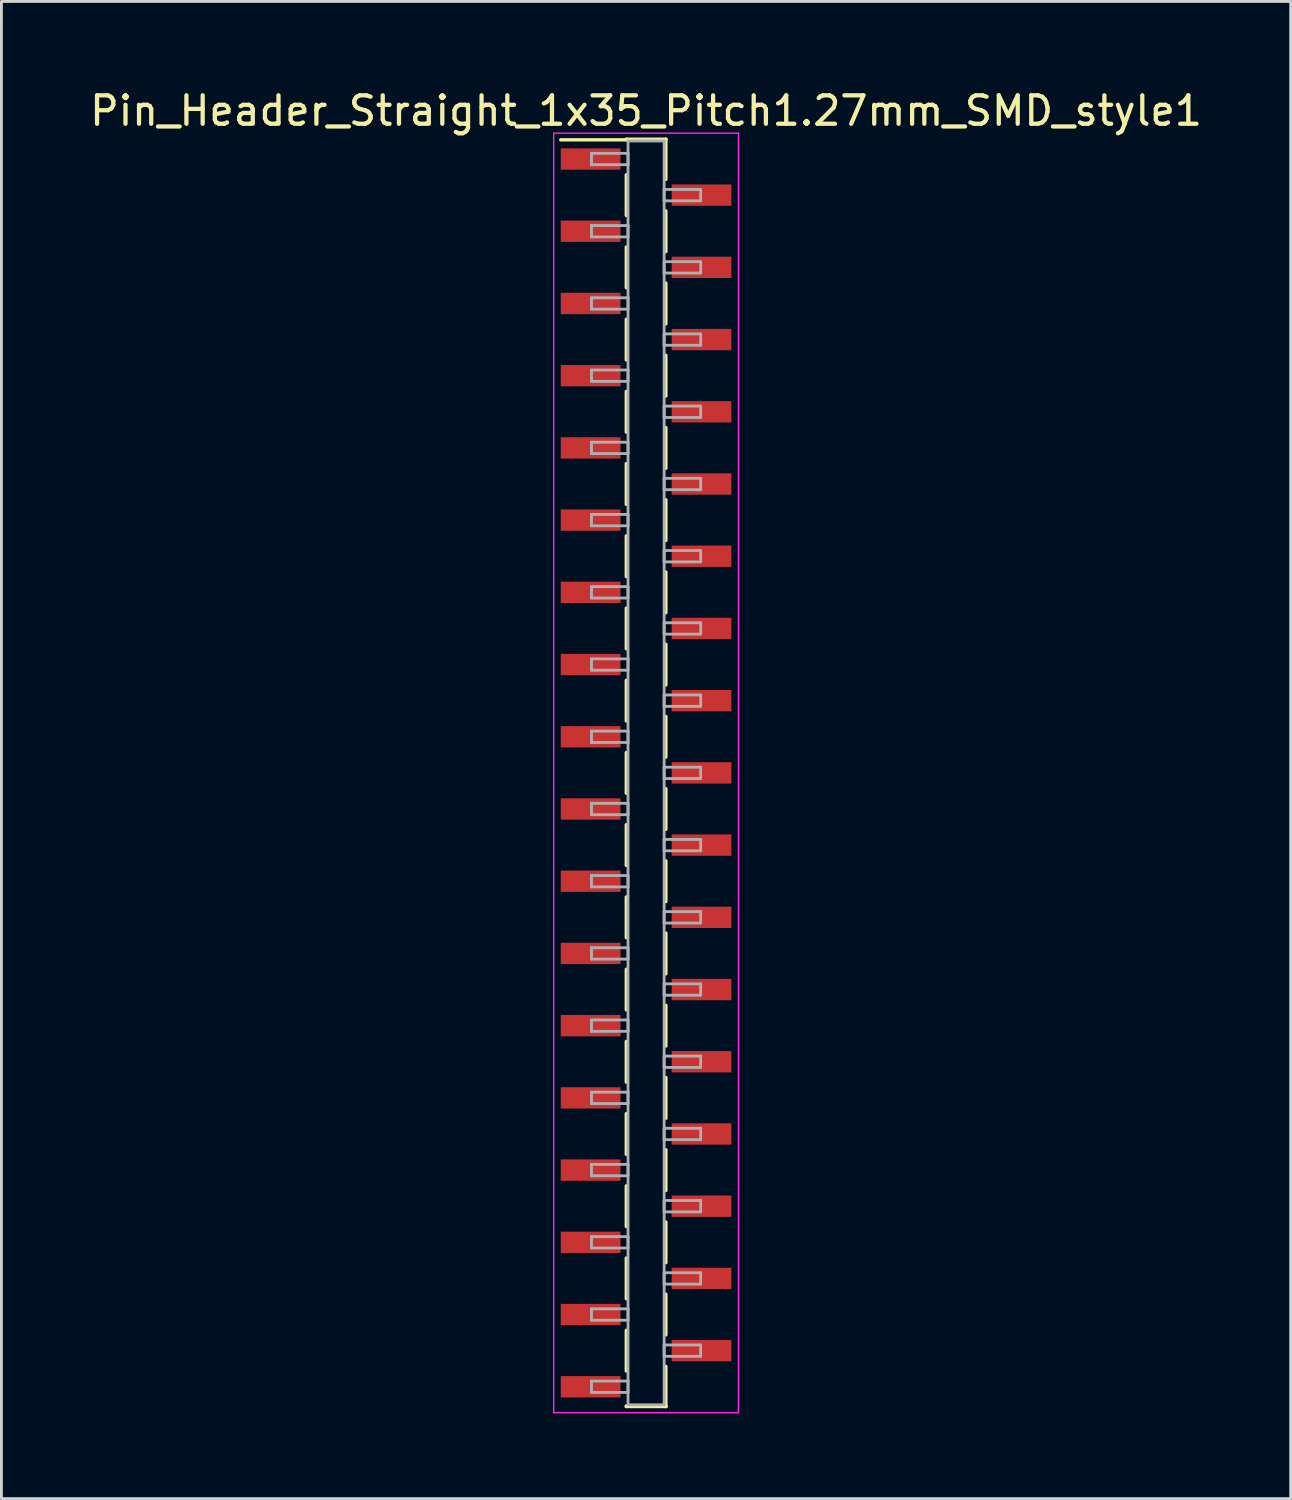
<source format=kicad_pcb>
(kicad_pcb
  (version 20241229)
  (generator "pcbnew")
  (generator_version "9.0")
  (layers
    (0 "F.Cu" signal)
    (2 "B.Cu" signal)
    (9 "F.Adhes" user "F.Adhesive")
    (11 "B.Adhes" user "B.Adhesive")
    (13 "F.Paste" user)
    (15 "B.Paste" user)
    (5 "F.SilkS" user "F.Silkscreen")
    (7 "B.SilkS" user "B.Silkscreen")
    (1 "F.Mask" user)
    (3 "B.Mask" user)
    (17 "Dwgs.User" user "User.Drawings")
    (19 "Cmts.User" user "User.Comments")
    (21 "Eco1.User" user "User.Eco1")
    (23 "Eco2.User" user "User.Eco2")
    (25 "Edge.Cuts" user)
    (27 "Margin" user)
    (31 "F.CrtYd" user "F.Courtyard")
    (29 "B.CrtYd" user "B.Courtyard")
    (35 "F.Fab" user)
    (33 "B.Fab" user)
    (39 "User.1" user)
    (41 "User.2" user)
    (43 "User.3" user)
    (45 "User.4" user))
  (footprint "Pin_Header_Straight_1x35_Pitch1.27mm_SMD_style1"
    (layer "F.Cu")
    (at 19.673 24.133)
    (property "Reference" "Pin_Header_Straight_1x35_Pitch1.27mm_SMD_style1" (at 0 -23.285 0) (layer "F.SilkS") (effects (font (size 1 1) (thickness 0.15))))
    (attr smd)
    (fp_line (start -0.695 -22.285) (end 0.695 -22.285) (stroke (width 0.12) (type solid)) (layer "F.SilkS"))
    (fp_line (start -0.695 -22.265) (end -3 -22.265) (stroke (width 0.12) (type solid)) (layer "F.SilkS"))
    (fp_line (start -0.695 -22.265) (end -0.695 -22.285) (stroke (width 0.12) (type solid)) (layer "F.SilkS"))
    (fp_line (start -0.695 -21.035) (end -0.695 -19.605) (stroke (width 0.12) (type solid)) (layer "F.SilkS"))
    (fp_line (start -0.695 -18.495) (end -0.695 -17.065) (stroke (width 0.12) (type solid)) (layer "F.SilkS"))
    (fp_line (start -0.695 -15.955) (end -0.695 -14.525) (stroke (width 0.12) (type solid)) (layer "F.SilkS"))
    (fp_line (start -0.695 -13.415) (end -0.695 -11.985) (stroke (width 0.12) (type solid)) (layer "F.SilkS"))
    (fp_line (start -0.695 -10.875) (end -0.695 -9.445) (stroke (width 0.12) (type solid)) (layer "F.SilkS"))
    (fp_line (start -0.695 -8.335) (end -0.695 -6.905) (stroke (width 0.12) (type solid)) (layer "F.SilkS"))
    (fp_line (start -0.695 -5.795) (end -0.695 -4.365) (stroke (width 0.12) (type solid)) (layer "F.SilkS"))
    (fp_line (start -0.695 -3.255) (end -0.695 -1.825) (stroke (width 0.12) (type solid)) (layer "F.SilkS"))
    (fp_line (start -0.695 -0.715) (end -0.695 0.715) (stroke (width 0.12) (type solid)) (layer "F.SilkS"))
    (fp_line (start -0.695 1.825) (end -0.695 3.255) (stroke (width 0.12) (type solid)) (layer "F.SilkS"))
    (fp_line (start -0.695 4.365) (end -0.695 5.795) (stroke (width 0.12) (type solid)) (layer "F.SilkS"))
    (fp_line (start -0.695 6.905) (end -0.695 8.335) (stroke (width 0.12) (type solid)) (layer "F.SilkS"))
    (fp_line (start -0.695 9.445) (end -0.695 10.875) (stroke (width 0.12) (type solid)) (layer "F.SilkS"))
    (fp_line (start -0.695 11.985) (end -0.695 13.415) (stroke (width 0.12) (type solid)) (layer "F.SilkS"))
    (fp_line (start -0.695 14.525) (end -0.695 15.955) (stroke (width 0.12) (type solid)) (layer "F.SilkS"))
    (fp_line (start -0.695 17.065) (end -0.695 18.495) (stroke (width 0.12) (type solid)) (layer "F.SilkS"))
    (fp_line (start -0.695 19.605) (end -0.695 21.035) (stroke (width 0.12) (type solid)) (layer "F.SilkS"))
    (fp_line (start -0.695 22.265) (end -0.695 22.285) (stroke (width 0.12) (type solid)) (layer "F.SilkS"))
    (fp_line (start -0.695 22.285) (end 0.695 22.285) (stroke (width 0.12) (type solid)) (layer "F.SilkS"))
    (fp_line (start 0.695 -22.285) (end 0.695 -22.265) (stroke (width 0.12) (type solid)) (layer "F.SilkS"))
    (fp_line (start 0.695 -22.285) (end 0.695 -20.875) (stroke (width 0.12) (type solid)) (layer "F.SilkS"))
    (fp_line (start 0.695 -19.765) (end 0.695 -18.335) (stroke (width 0.12) (type solid)) (layer "F.SilkS"))
    (fp_line (start 0.695 -17.225) (end 0.695 -15.795) (stroke (width 0.12) (type solid)) (layer "F.SilkS"))
    (fp_line (start 0.695 -14.685) (end 0.695 -13.255) (stroke (width 0.12) (type solid)) (layer "F.SilkS"))
    (fp_line (start 0.695 -12.145) (end 0.695 -10.715) (stroke (width 0.12) (type solid)) (layer "F.SilkS"))
    (fp_line (start 0.695 -9.605) (end 0.695 -8.175) (stroke (width 0.12) (type solid)) (layer "F.SilkS"))
    (fp_line (start 0.695 -7.065) (end 0.695 -5.635) (stroke (width 0.12) (type solid)) (layer "F.SilkS"))
    (fp_line (start 0.695 -4.525) (end 0.695 -3.095) (stroke (width 0.12) (type solid)) (layer "F.SilkS"))
    (fp_line (start 0.695 -1.985) (end 0.695 -0.555) (stroke (width 0.12) (type solid)) (layer "F.SilkS"))
    (fp_line (start 0.695 0.555) (end 0.695 1.985) (stroke (width 0.12) (type solid)) (layer "F.SilkS"))
    (fp_line (start 0.695 3.095) (end 0.695 4.525) (stroke (width 0.12) (type solid)) (layer "F.SilkS"))
    (fp_line (start 0.695 5.635) (end 0.695 7.065) (stroke (width 0.12) (type solid)) (layer "F.SilkS"))
    (fp_line (start 0.695 8.175) (end 0.695 9.605) (stroke (width 0.12) (type solid)) (layer "F.SilkS"))
    (fp_line (start 0.695 10.715) (end 0.695 12.145) (stroke (width 0.12) (type solid)) (layer "F.SilkS"))
    (fp_line (start 0.695 13.255) (end 0.695 14.685) (stroke (width 0.12) (type solid)) (layer "F.SilkS"))
    (fp_line (start 0.695 15.795) (end 0.695 17.225) (stroke (width 0.12) (type solid)) (layer "F.SilkS"))
    (fp_line (start 0.695 18.335) (end 0.695 19.765) (stroke (width 0.12) (type solid)) (layer "F.SilkS"))
    (fp_line (start 0.695 20.875) (end 0.695 22.285) (stroke (width 0.12) (type solid)) (layer "F.SilkS"))
    (fp_line (start 0.695 22.285) (end 0.695 22.265) (stroke (width 0.12) (type solid)) (layer "F.SilkS"))
    (fp_line (start -3.25 -22.5) (end -3.25 22.5) (stroke (width 0.05) (type solid)) (layer "F.CrtYd"))
    (fp_line (start -3.25 22.5) (end 3.25 22.5) (stroke (width 0.05) (type solid)) (layer "F.CrtYd"))
    (fp_line (start 3.25 -22.5) (end -3.25 -22.5) (stroke (width 0.05) (type solid)) (layer "F.CrtYd"))
    (fp_line (start 3.25 22.5) (end 3.25 -22.5) (stroke (width 0.05) (type solid)) (layer "F.CrtYd"))
    (fp_line (start -1.92 -21.79) (end -0.635 -21.79) (stroke (width 0.1) (type solid)) (layer "F.Fab"))
    (fp_line (start -1.92 -21.39) (end -1.92 -21.79) (stroke (width 0.1) (type solid)) (layer "F.Fab"))
    (fp_line (start -1.92 -19.25) (end -0.635 -19.25) (stroke (width 0.1) (type solid)) (layer "F.Fab"))
    (fp_line (start -1.92 -18.85) (end -1.92 -19.25) (stroke (width 0.1) (type solid)) (layer "F.Fab"))
    (fp_line (start -1.92 -16.71) (end -0.635 -16.71) (stroke (width 0.1) (type solid)) (layer "F.Fab"))
    (fp_line (start -1.92 -16.31) (end -1.92 -16.71) (stroke (width 0.1) (type solid)) (layer "F.Fab"))
    (fp_line (start -1.92 -14.17) (end -0.635 -14.17) (stroke (width 0.1) (type solid)) (layer "F.Fab"))
    (fp_line (start -1.92 -13.77) (end -1.92 -14.17) (stroke (width 0.1) (type solid)) (layer "F.Fab"))
    (fp_line (start -1.92 -11.63) (end -0.635 -11.63) (stroke (width 0.1) (type solid)) (layer "F.Fab"))
    (fp_line (start -1.92 -11.23) (end -1.92 -11.63) (stroke (width 0.1) (type solid)) (layer "F.Fab"))
    (fp_line (start -1.92 -9.09) (end -0.635 -9.09) (stroke (width 0.1) (type solid)) (layer "F.Fab"))
    (fp_line (start -1.92 -8.69) (end -1.92 -9.09) (stroke (width 0.1) (type solid)) (layer "F.Fab"))
    (fp_line (start -1.92 -6.55) (end -0.635 -6.55) (stroke (width 0.1) (type solid)) (layer "F.Fab"))
    (fp_line (start -1.92 -6.15) (end -1.92 -6.55) (stroke (width 0.1) (type solid)) (layer "F.Fab"))
    (fp_line (start -1.92 -4.01) (end -0.635 -4.01) (stroke (width 0.1) (type solid)) (layer "F.Fab"))
    (fp_line (start -1.92 -3.61) (end -1.92 -4.01) (stroke (width 0.1) (type solid)) (layer "F.Fab"))
    (fp_line (start -1.92 -1.47) (end -0.635 -1.47) (stroke (width 0.1) (type solid)) (layer "F.Fab"))
    (fp_line (start -1.92 -1.07) (end -1.92 -1.47) (stroke (width 0.1) (type solid)) (layer "F.Fab"))
    (fp_line (start -1.92 1.07) (end -0.635 1.07) (stroke (width 0.1) (type solid)) (layer "F.Fab"))
    (fp_line (start -1.92 1.47) (end -1.92 1.07) (stroke (width 0.1) (type solid)) (layer "F.Fab"))
    (fp_line (start -1.92 3.61) (end -0.635 3.61) (stroke (width 0.1) (type solid)) (layer "F.Fab"))
    (fp_line (start -1.92 4.01) (end -1.92 3.61) (stroke (width 0.1) (type solid)) (layer "F.Fab"))
    (fp_line (start -1.92 6.15) (end -0.635 6.15) (stroke (width 0.1) (type solid)) (layer "F.Fab"))
    (fp_line (start -1.92 6.55) (end -1.92 6.15) (stroke (width 0.1) (type solid)) (layer "F.Fab"))
    (fp_line (start -1.92 8.69) (end -0.635 8.69) (stroke (width 0.1) (type solid)) (layer "F.Fab"))
    (fp_line (start -1.92 9.09) (end -1.92 8.69) (stroke (width 0.1) (type solid)) (layer "F.Fab"))
    (fp_line (start -1.92 11.23) (end -0.635 11.23) (stroke (width 0.1) (type solid)) (layer "F.Fab"))
    (fp_line (start -1.92 11.63) (end -1.92 11.23) (stroke (width 0.1) (type solid)) (layer "F.Fab"))
    (fp_line (start -1.92 13.77) (end -0.635 13.77) (stroke (width 0.1) (type solid)) (layer "F.Fab"))
    (fp_line (start -1.92 14.17) (end -1.92 13.77) (stroke (width 0.1) (type solid)) (layer "F.Fab"))
    (fp_line (start -1.92 16.31) (end -0.635 16.31) (stroke (width 0.1) (type solid)) (layer "F.Fab"))
    (fp_line (start -1.92 16.71) (end -1.92 16.31) (stroke (width 0.1) (type solid)) (layer "F.Fab"))
    (fp_line (start -1.92 18.85) (end -0.635 18.85) (stroke (width 0.1) (type solid)) (layer "F.Fab"))
    (fp_line (start -1.92 19.25) (end -1.92 18.85) (stroke (width 0.1) (type solid)) (layer "F.Fab"))
    (fp_line (start -1.92 21.39) (end -0.635 21.39) (stroke (width 0.1) (type solid)) (layer "F.Fab"))
    (fp_line (start -1.92 21.79) (end -1.92 21.39) (stroke (width 0.1) (type solid)) (layer "F.Fab"))
    (fp_line (start -0.635 -22.225) (end -0.635 22.225) (stroke (width 0.1) (type solid)) (layer "F.Fab"))
    (fp_line (start -0.635 -21.79) (end -0.635 -21.39) (stroke (width 0.1) (type solid)) (layer "F.Fab"))
    (fp_line (start -0.635 -21.39) (end -1.92 -21.39) (stroke (width 0.1) (type solid)) (layer "F.Fab"))
    (fp_line (start -0.635 -19.25) (end -0.635 -18.85) (stroke (width 0.1) (type solid)) (layer "F.Fab"))
    (fp_line (start -0.635 -18.85) (end -1.92 -18.85) (stroke (width 0.1) (type solid)) (layer "F.Fab"))
    (fp_line (start -0.635 -16.71) (end -0.635 -16.31) (stroke (width 0.1) (type solid)) (layer "F.Fab"))
    (fp_line (start -0.635 -16.31) (end -1.92 -16.31) (stroke (width 0.1) (type solid)) (layer "F.Fab"))
    (fp_line (start -0.635 -14.17) (end -0.635 -13.77) (stroke (width 0.1) (type solid)) (layer "F.Fab"))
    (fp_line (start -0.635 -13.77) (end -1.92 -13.77) (stroke (width 0.1) (type solid)) (layer "F.Fab"))
    (fp_line (start -0.635 -11.63) (end -0.635 -11.23) (stroke (width 0.1) (type solid)) (layer "F.Fab"))
    (fp_line (start -0.635 -11.23) (end -1.92 -11.23) (stroke (width 0.1) (type solid)) (layer "F.Fab"))
    (fp_line (start -0.635 -9.09) (end -0.635 -8.69) (stroke (width 0.1) (type solid)) (layer "F.Fab"))
    (fp_line (start -0.635 -8.69) (end -1.92 -8.69) (stroke (width 0.1) (type solid)) (layer "F.Fab"))
    (fp_line (start -0.635 -6.55) (end -0.635 -6.15) (stroke (width 0.1) (type solid)) (layer "F.Fab"))
    (fp_line (start -0.635 -6.15) (end -1.92 -6.15) (stroke (width 0.1) (type solid)) (layer "F.Fab"))
    (fp_line (start -0.635 -4.01) (end -0.635 -3.61) (stroke (width 0.1) (type solid)) (layer "F.Fab"))
    (fp_line (start -0.635 -3.61) (end -1.92 -3.61) (stroke (width 0.1) (type solid)) (layer "F.Fab"))
    (fp_line (start -0.635 -1.47) (end -0.635 -1.07) (stroke (width 0.1) (type solid)) (layer "F.Fab"))
    (fp_line (start -0.635 -1.07) (end -1.92 -1.07) (stroke (width 0.1) (type solid)) (layer "F.Fab"))
    (fp_line (start -0.635 1.07) (end -0.635 1.47) (stroke (width 0.1) (type solid)) (layer "F.Fab"))
    (fp_line (start -0.635 1.47) (end -1.92 1.47) (stroke (width 0.1) (type solid)) (layer "F.Fab"))
    (fp_line (start -0.635 3.61) (end -0.635 4.01) (stroke (width 0.1) (type solid)) (layer "F.Fab"))
    (fp_line (start -0.635 4.01) (end -1.92 4.01) (stroke (width 0.1) (type solid)) (layer "F.Fab"))
    (fp_line (start -0.635 6.15) (end -0.635 6.55) (stroke (width 0.1) (type solid)) (layer "F.Fab"))
    (fp_line (start -0.635 6.55) (end -1.92 6.55) (stroke (width 0.1) (type solid)) (layer "F.Fab"))
    (fp_line (start -0.635 8.69) (end -0.635 9.09) (stroke (width 0.1) (type solid)) (layer "F.Fab"))
    (fp_line (start -0.635 9.09) (end -1.92 9.09) (stroke (width 0.1) (type solid)) (layer "F.Fab"))
    (fp_line (start -0.635 11.23) (end -0.635 11.63) (stroke (width 0.1) (type solid)) (layer "F.Fab"))
    (fp_line (start -0.635 11.63) (end -1.92 11.63) (stroke (width 0.1) (type solid)) (layer "F.Fab"))
    (fp_line (start -0.635 13.77) (end -0.635 14.17) (stroke (width 0.1) (type solid)) (layer "F.Fab"))
    (fp_line (start -0.635 14.17) (end -1.92 14.17) (stroke (width 0.1) (type solid)) (layer "F.Fab"))
    (fp_line (start -0.635 16.31) (end -0.635 16.71) (stroke (width 0.1) (type solid)) (layer "F.Fab"))
    (fp_line (start -0.635 16.71) (end -1.92 16.71) (stroke (width 0.1) (type solid)) (layer "F.Fab"))
    (fp_line (start -0.635 18.85) (end -0.635 19.25) (stroke (width 0.1) (type solid)) (layer "F.Fab"))
    (fp_line (start -0.635 19.25) (end -1.92 19.25) (stroke (width 0.1) (type solid)) (layer "F.Fab"))
    (fp_line (start -0.635 21.39) (end -0.635 21.79) (stroke (width 0.1) (type solid)) (layer "F.Fab"))
    (fp_line (start -0.635 21.79) (end -1.92 21.79) (stroke (width 0.1) (type solid)) (layer "F.Fab"))
    (fp_line (start -0.635 22.225) (end 0.635 22.225) (stroke (width 0.1) (type solid)) (layer "F.Fab"))
    (fp_line (start 0.635 -22.225) (end -0.635 -22.225) (stroke (width 0.1) (type solid)) (layer "F.Fab"))
    (fp_line (start 0.635 -20.52) (end 0.635 -20.12) (stroke (width 0.1) (type solid)) (layer "F.Fab"))
    (fp_line (start 0.635 -20.12) (end 1.92 -20.12) (stroke (width 0.1) (type solid)) (layer "F.Fab"))
    (fp_line (start 0.635 -17.98) (end 0.635 -17.58) (stroke (width 0.1) (type solid)) (layer "F.Fab"))
    (fp_line (start 0.635 -17.58) (end 1.92 -17.58) (stroke (width 0.1) (type solid)) (layer "F.Fab"))
    (fp_line (start 0.635 -15.44) (end 0.635 -15.04) (stroke (width 0.1) (type solid)) (layer "F.Fab"))
    (fp_line (start 0.635 -15.04) (end 1.92 -15.04) (stroke (width 0.1) (type solid)) (layer "F.Fab"))
    (fp_line (start 0.635 -12.9) (end 0.635 -12.5) (stroke (width 0.1) (type solid)) (layer "F.Fab"))
    (fp_line (start 0.635 -12.5) (end 1.92 -12.5) (stroke (width 0.1) (type solid)) (layer "F.Fab"))
    (fp_line (start 0.635 -10.36) (end 0.635 -9.96) (stroke (width 0.1) (type solid)) (layer "F.Fab"))
    (fp_line (start 0.635 -9.96) (end 1.92 -9.96) (stroke (width 0.1) (type solid)) (layer "F.Fab"))
    (fp_line (start 0.635 -7.82) (end 0.635 -7.42) (stroke (width 0.1) (type solid)) (layer "F.Fab"))
    (fp_line (start 0.635 -7.42) (end 1.92 -7.42) (stroke (width 0.1) (type solid)) (layer "F.Fab"))
    (fp_line (start 0.635 -5.28) (end 0.635 -4.88) (stroke (width 0.1) (type solid)) (layer "F.Fab"))
    (fp_line (start 0.635 -4.88) (end 1.92 -4.88) (stroke (width 0.1) (type solid)) (layer "F.Fab"))
    (fp_line (start 0.635 -2.74) (end 0.635 -2.34) (stroke (width 0.1) (type solid)) (layer "F.Fab"))
    (fp_line (start 0.635 -2.34) (end 1.92 -2.34) (stroke (width 0.1) (type solid)) (layer "F.Fab"))
    (fp_line (start 0.635 -0.2) (end 0.635 0.2) (stroke (width 0.1) (type solid)) (layer "F.Fab"))
    (fp_line (start 0.635 0.2) (end 1.92 0.2) (stroke (width 0.1) (type solid)) (layer "F.Fab"))
    (fp_line (start 0.635 2.34) (end 0.635 2.74) (stroke (width 0.1) (type solid)) (layer "F.Fab"))
    (fp_line (start 0.635 2.74) (end 1.92 2.74) (stroke (width 0.1) (type solid)) (layer "F.Fab"))
    (fp_line (start 0.635 4.88) (end 0.635 5.28) (stroke (width 0.1) (type solid)) (layer "F.Fab"))
    (fp_line (start 0.635 5.28) (end 1.92 5.28) (stroke (width 0.1) (type solid)) (layer "F.Fab"))
    (fp_line (start 0.635 7.42) (end 0.635 7.82) (stroke (width 0.1) (type solid)) (layer "F.Fab"))
    (fp_line (start 0.635 7.82) (end 1.92 7.82) (stroke (width 0.1) (type solid)) (layer "F.Fab"))
    (fp_line (start 0.635 9.96) (end 0.635 10.36) (stroke (width 0.1) (type solid)) (layer "F.Fab"))
    (fp_line (start 0.635 10.36) (end 1.92 10.36) (stroke (width 0.1) (type solid)) (layer "F.Fab"))
    (fp_line (start 0.635 12.5) (end 0.635 12.9) (stroke (width 0.1) (type solid)) (layer "F.Fab"))
    (fp_line (start 0.635 12.9) (end 1.92 12.9) (stroke (width 0.1) (type solid)) (layer "F.Fab"))
    (fp_line (start 0.635 15.04) (end 0.635 15.44) (stroke (width 0.1) (type solid)) (layer "F.Fab"))
    (fp_line (start 0.635 15.44) (end 1.92 15.44) (stroke (width 0.1) (type solid)) (layer "F.Fab"))
    (fp_line (start 0.635 17.58) (end 0.635 17.98) (stroke (width 0.1) (type solid)) (layer "F.Fab"))
    (fp_line (start 0.635 17.98) (end 1.92 17.98) (stroke (width 0.1) (type solid)) (layer "F.Fab"))
    (fp_line (start 0.635 20.12) (end 0.635 20.52) (stroke (width 0.1) (type solid)) (layer "F.Fab"))
    (fp_line (start 0.635 20.52) (end 1.92 20.52) (stroke (width 0.1) (type solid)) (layer "F.Fab"))
    (fp_line (start 0.635 22.225) (end 0.635 -22.225) (stroke (width 0.1) (type solid)) (layer "F.Fab"))
    (fp_line (start 1.92 -20.52) (end 0.635 -20.52) (stroke (width 0.1) (type solid)) (layer "F.Fab"))
    (fp_line (start 1.92 -20.12) (end 1.92 -20.52) (stroke (width 0.1) (type solid)) (layer "F.Fab"))
    (fp_line (start 1.92 -17.98) (end 0.635 -17.98) (stroke (width 0.1) (type solid)) (layer "F.Fab"))
    (fp_line (start 1.92 -17.58) (end 1.92 -17.98) (stroke (width 0.1) (type solid)) (layer "F.Fab"))
    (fp_line (start 1.92 -15.44) (end 0.635 -15.44) (stroke (width 0.1) (type solid)) (layer "F.Fab"))
    (fp_line (start 1.92 -15.04) (end 1.92 -15.44) (stroke (width 0.1) (type solid)) (layer "F.Fab"))
    (fp_line (start 1.92 -12.9) (end 0.635 -12.9) (stroke (width 0.1) (type solid)) (layer "F.Fab"))
    (fp_line (start 1.92 -12.5) (end 1.92 -12.9) (stroke (width 0.1) (type solid)) (layer "F.Fab"))
    (fp_line (start 1.92 -10.36) (end 0.635 -10.36) (stroke (width 0.1) (type solid)) (layer "F.Fab"))
    (fp_line (start 1.92 -9.96) (end 1.92 -10.36) (stroke (width 0.1) (type solid)) (layer "F.Fab"))
    (fp_line (start 1.92 -7.82) (end 0.635 -7.82) (stroke (width 0.1) (type solid)) (layer "F.Fab"))
    (fp_line (start 1.92 -7.42) (end 1.92 -7.82) (stroke (width 0.1) (type solid)) (layer "F.Fab"))
    (fp_line (start 1.92 -5.28) (end 0.635 -5.28) (stroke (width 0.1) (type solid)) (layer "F.Fab"))
    (fp_line (start 1.92 -4.88) (end 1.92 -5.28) (stroke (width 0.1) (type solid)) (layer "F.Fab"))
    (fp_line (start 1.92 -2.74) (end 0.635 -2.74) (stroke (width 0.1) (type solid)) (layer "F.Fab"))
    (fp_line (start 1.92 -2.34) (end 1.92 -2.74) (stroke (width 0.1) (type solid)) (layer "F.Fab"))
    (fp_line (start 1.92 -0.2) (end 0.635 -0.2) (stroke (width 0.1) (type solid)) (layer "F.Fab"))
    (fp_line (start 1.92 0.2) (end 1.92 -0.2) (stroke (width 0.1) (type solid)) (layer "F.Fab"))
    (fp_line (start 1.92 2.34) (end 0.635 2.34) (stroke (width 0.1) (type solid)) (layer "F.Fab"))
    (fp_line (start 1.92 2.74) (end 1.92 2.34) (stroke (width 0.1) (type solid)) (layer "F.Fab"))
    (fp_line (start 1.92 4.88) (end 0.635 4.88) (stroke (width 0.1) (type solid)) (layer "F.Fab"))
    (fp_line (start 1.92 5.28) (end 1.92 4.88) (stroke (width 0.1) (type solid)) (layer "F.Fab"))
    (fp_line (start 1.92 7.42) (end 0.635 7.42) (stroke (width 0.1) (type solid)) (layer "F.Fab"))
    (fp_line (start 1.92 7.82) (end 1.92 7.42) (stroke (width 0.1) (type solid)) (layer "F.Fab"))
    (fp_line (start 1.92 9.96) (end 0.635 9.96) (stroke (width 0.1) (type solid)) (layer "F.Fab"))
    (fp_line (start 1.92 10.36) (end 1.92 9.96) (stroke (width 0.1) (type solid)) (layer "F.Fab"))
    (fp_line (start 1.92 12.5) (end 0.635 12.5) (stroke (width 0.1) (type solid)) (layer "F.Fab"))
    (fp_line (start 1.92 12.9) (end 1.92 12.5) (stroke (width 0.1) (type solid)) (layer "F.Fab"))
    (fp_line (start 1.92 15.04) (end 0.635 15.04) (stroke (width 0.1) (type solid)) (layer "F.Fab"))
    (fp_line (start 1.92 15.44) (end 1.92 15.04) (stroke (width 0.1) (type solid)) (layer "F.Fab"))
    (fp_line (start 1.92 17.58) (end 0.635 17.58) (stroke (width 0.1) (type solid)) (layer "F.Fab"))
    (fp_line (start 1.92 17.98) (end 1.92 17.58) (stroke (width 0.1) (type solid)) (layer "F.Fab"))
    (fp_line (start 1.92 20.12) (end 0.635 20.12) (stroke (width 0.1) (type solid)) (layer "F.Fab"))
    (fp_line (start 1.92 20.52) (end 1.92 20.12) (stroke (width 0.1) (type solid)) (layer "F.Fab"))
    (pad "1" smd rect (at -1.95 -21.59) (size 2.1 0.75) (layers "F.Cu" "F.Mask"))
    (pad "2" smd rect (at 1.95 -20.32) (size 2.1 0.75) (layers "F.Cu" "F.Mask"))
    (pad "3" smd rect (at -1.95 -19.05) (size 2.1 0.75) (layers "F.Cu" "F.Mask"))
    (pad "4" smd rect (at 1.95 -17.78) (size 2.1 0.75) (layers "F.Cu" "F.Mask"))
    (pad "5" smd rect (at -1.95 -16.51) (size 2.1 0.75) (layers "F.Cu" "F.Mask"))
    (pad "6" smd rect (at 1.95 -15.24) (size 2.1 0.75) (layers "F.Cu" "F.Mask"))
    (pad "7" smd rect (at -1.95 -13.97) (size 2.1 0.75) (layers "F.Cu" "F.Mask"))
    (pad "8" smd rect (at 1.95 -12.7) (size 2.1 0.75) (layers "F.Cu" "F.Mask"))
    (pad "9" smd rect (at -1.95 -11.43) (size 2.1 0.75) (layers "F.Cu" "F.Mask"))
    (pad "10" smd rect (at 1.95 -10.16) (size 2.1 0.75) (layers "F.Cu" "F.Mask"))
    (pad "11" smd rect (at -1.95 -8.89) (size 2.1 0.75) (layers "F.Cu" "F.Mask"))
    (pad "12" smd rect (at 1.95 -7.62) (size 2.1 0.75) (layers "F.Cu" "F.Mask"))
    (pad "13" smd rect (at -1.95 -6.35) (size 2.1 0.75) (layers "F.Cu" "F.Mask"))
    (pad "14" smd rect (at 1.95 -5.08) (size 2.1 0.75) (layers "F.Cu" "F.Mask"))
    (pad "15" smd rect (at -1.95 -3.81) (size 2.1 0.75) (layers "F.Cu" "F.Mask"))
    (pad "16" smd rect (at 1.95 -2.54) (size 2.1 0.75) (layers "F.Cu" "F.Mask"))
    (pad "17" smd rect (at -1.95 -1.27) (size 2.1 0.75) (layers "F.Cu" "F.Mask"))
    (pad "18" smd rect (at 1.95 0) (size 2.1 0.75) (layers "F.Cu" "F.Mask"))
    (pad "19" smd rect (at -1.95 1.27) (size 2.1 0.75) (layers "F.Cu" "F.Mask"))
    (pad "20" smd rect (at 1.95 2.54) (size 2.1 0.75) (layers "F.Cu" "F.Mask"))
    (pad "21" smd rect (at -1.95 3.81) (size 2.1 0.75) (layers "F.Cu" "F.Mask"))
    (pad "22" smd rect (at 1.95 5.08) (size 2.1 0.75) (layers "F.Cu" "F.Mask"))
    (pad "23" smd rect (at -1.95 6.35) (size 2.1 0.75) (layers "F.Cu" "F.Mask"))
    (pad "24" smd rect (at 1.95 7.62) (size 2.1 0.75) (layers "F.Cu" "F.Mask"))
    (pad "25" smd rect (at -1.95 8.89) (size 2.1 0.75) (layers "F.Cu" "F.Mask"))
    (pad "26" smd rect (at 1.95 10.16) (size 2.1 0.75) (layers "F.Cu" "F.Mask"))
    (pad "27" smd rect (at -1.95 11.43) (size 2.1 0.75) (layers "F.Cu" "F.Mask"))
    (pad "28" smd rect (at 1.95 12.7) (size 2.1 0.75) (layers "F.Cu" "F.Mask"))
    (pad "29" smd rect (at -1.95 13.97) (size 2.1 0.75) (layers "F.Cu" "F.Mask"))
    (pad "30" smd rect (at 1.95 15.24) (size 2.1 0.75) (layers "F.Cu" "F.Mask"))
    (pad "31" smd rect (at -1.95 16.51) (size 2.1 0.75) (layers "F.Cu" "F.Mask"))
    (pad "32" smd rect (at 1.95 17.78) (size 2.1 0.75) (layers "F.Cu" "F.Mask"))
    (pad "33" smd rect (at -1.95 19.05) (size 2.1 0.75) (layers "F.Cu" "F.Mask"))
    (pad "34" smd rect (at 1.95 20.32) (size 2.1 0.75) (layers "F.Cu" "F.Mask"))
    (pad "35" smd rect (at -1.95 21.59) (size 2.1 0.75) (layers "F.Cu" "F.Mask")))
  (gr_rect
    (start -3 -3)
    (end 42.345 49.658)
    (stroke (width 0.1) (type default))
    (fill no)
    (layer "Edge.Cuts")))
</source>
